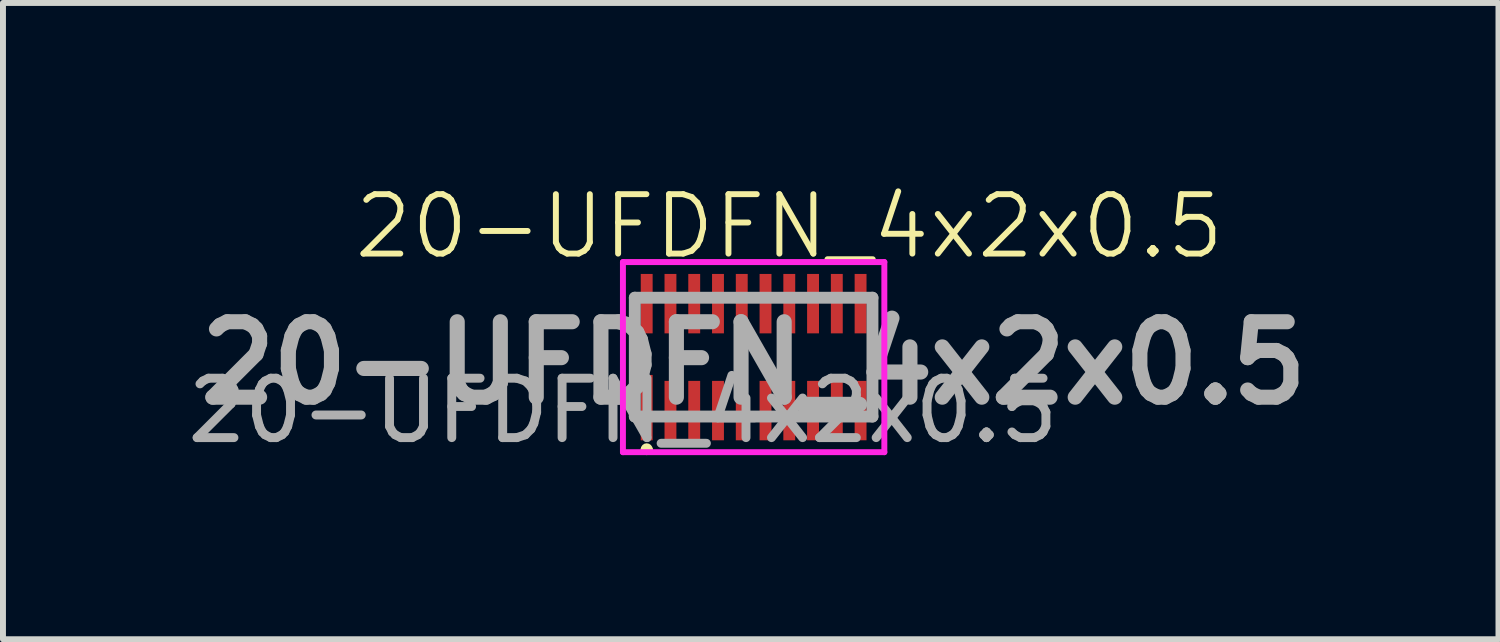
<source format=kicad_pcb>
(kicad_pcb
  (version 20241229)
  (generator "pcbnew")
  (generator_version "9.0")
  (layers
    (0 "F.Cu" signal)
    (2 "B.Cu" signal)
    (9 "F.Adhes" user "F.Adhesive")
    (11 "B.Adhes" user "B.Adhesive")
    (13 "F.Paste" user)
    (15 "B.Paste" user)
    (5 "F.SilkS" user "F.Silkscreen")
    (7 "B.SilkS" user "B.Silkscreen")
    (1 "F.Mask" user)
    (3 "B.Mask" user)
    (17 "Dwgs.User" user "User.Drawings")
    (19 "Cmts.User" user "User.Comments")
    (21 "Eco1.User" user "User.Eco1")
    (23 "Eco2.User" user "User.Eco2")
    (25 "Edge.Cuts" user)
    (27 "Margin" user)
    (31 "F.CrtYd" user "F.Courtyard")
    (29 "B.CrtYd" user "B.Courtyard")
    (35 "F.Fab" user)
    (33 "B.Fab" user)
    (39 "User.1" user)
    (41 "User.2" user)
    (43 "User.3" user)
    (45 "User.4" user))
  (footprint "20-UFDFN_4x2x0.5"
    (layer "F.Cu")
    (at 7.435 1.361)
    (property "Reference" "20-UFDFN_4x2x0.5" (at 2.8 -0.6 0) (unlocked yes) (layer "F.SilkS") (effects (font (size 1 1) (thickness 0.1))))
    (attr smd)
    (fp_line (start 0.2 1.3) (end 0.2 1.8) (stroke (width 0.1) (type solid)) (layer "F.SilkS"))
    (fp_line (start 0.35 3.15) (end 0.35 3.15) (stroke (width 0.1) (type solid)) (layer "F.SilkS"))
    (fp_line (start 0.45 3.15) (end 0.45 3.15) (stroke (width 0.1) (type solid)) (layer "F.SilkS"))
    (fp_line (start 4.2 1.3) (end 4.2 1.9) (stroke (width 0.1) (type solid)) (layer "F.SilkS"))
    (fp_arc (start 0.35 3.15) (mid 0.4 3.1) (end 0.45 3.15) (stroke (width 0.1) (type solid)) (layer "F.SilkS"))
    (fp_arc (start 0.45 3.15) (mid 0.4 3.2) (end 0.35 3.15) (stroke (width 0.1) (type solid)) (layer "F.SilkS"))
    (fp_line (start 0 0) (end 4.4 0) (stroke (width 0.1) (type solid)) (layer "F.CrtYd"))
    (fp_line (start 0 3.2) (end 0 0) (stroke (width 0.1) (type solid)) (layer "F.CrtYd"))
    (fp_line (start 4.4 0) (end 4.4 3.2) (stroke (width 0.1) (type solid)) (layer "F.CrtYd"))
    (fp_line (start 4.4 3.2) (end 0 3.2) (stroke (width 0.1) (type solid)) (layer "F.CrtYd"))
    (fp_line (start 0.2 0.6) (end 4.2 0.6) (stroke (width 0.2) (type solid)) (layer "F.Fab"))
    (fp_line (start 0.2 2.6) (end 0.2 0.6) (stroke (width 0.2) (type solid)) (layer "F.Fab"))
    (fp_line (start 4.2 0.6) (end 4.2 2.6) (stroke (width 0.2) (type solid)) (layer "F.Fab"))
    (fp_line (start 4.2 2.6) (end 0.2 2.6) (stroke (width 0.2) (type solid)) (layer "F.Fab"))
    (fp_text user "${REFERENCE}" (at 2.2 1.7 0) (layer "F.Fab") (effects (font (size 1.27 1.27) (thickness 0.254))))
    (fp_text user "${REFERENCE}" (at 0 2.5 0) (unlocked yes) (layer "F.Fab") (effects (font (size 1 1) (thickness 0.15))))
    (pad "1" smd rect (at 0.4 2.45) (size 0.2 1.1) (layers "F.Cu" "F.Mask" "F.Paste"))
    (pad "2" smd rect (at 0.8 2.5) (size 0.2 1) (layers "F.Cu" "F.Mask" "F.Paste"))
    (pad "3" smd rect (at 1.2 2.5) (size 0.2 1) (layers "F.Cu" "F.Mask" "F.Paste"))
    (pad "4" smd rect (at 1.6 2.5) (size 0.2 1) (layers "F.Cu" "F.Mask" "F.Paste"))
    (pad "5" smd rect (at 2 2.5) (size 0.2 1) (layers "F.Cu" "F.Mask" "F.Paste"))
    (pad "6" smd rect (at 2.4 2.5) (size 0.2 1) (layers "F.Cu" "F.Mask" "F.Paste"))
    (pad "7" smd rect (at 2.8 2.5) (size 0.2 1) (layers "F.Cu" "F.Mask" "F.Paste"))
    (pad "8" smd rect (at 3.2 2.5) (size 0.2 1) (layers "F.Cu" "F.Mask" "F.Paste"))
    (pad "9" smd rect (at 3.6 2.5) (size 0.2 1) (layers "F.Cu" "F.Mask" "F.Paste"))
    (pad "10" smd rect (at 4 2.5) (size 0.2 1) (layers "F.Cu" "F.Mask" "F.Paste"))
    (pad "11" smd rect (at 4 0.7) (size 0.2 1) (layers "F.Cu" "F.Mask" "F.Paste"))
    (pad "12" smd rect (at 3.6 0.7) (size 0.2 1) (layers "F.Cu" "F.Mask" "F.Paste"))
    (pad "13" smd rect (at 3.2 0.7) (size 0.2 1) (layers "F.Cu" "F.Mask" "F.Paste"))
    (pad "14" smd rect (at 2.8 0.7) (size 0.2 1) (layers "F.Cu" "F.Mask" "F.Paste"))
    (pad "15" smd rect (at 2.4 0.7) (size 0.2 1) (layers "F.Cu" "F.Mask" "F.Paste"))
    (pad "16" smd rect (at 2 0.7) (size 0.2 1) (layers "F.Cu" "F.Mask" "F.Paste"))
    (pad "17" smd rect (at 1.6 0.7) (size 0.2 1) (layers "F.Cu" "F.Mask" "F.Paste"))
    (pad "18" smd rect (at 1.2 0.7) (size 0.2 1) (layers "F.Cu" "F.Mask" "F.Paste"))
    (pad "19" smd rect (at 0.8 0.7) (size 0.2 1) (layers "F.Cu" "F.Mask" "F.Paste"))
    (pad "20" smd rect (at 0.4 0.7) (size 0.2 1) (layers "F.Cu" "F.Mask" "F.Paste")))
  (gr_rect
    (start -3 -3)
    (end 22.172 7.709)
    (stroke (width 0.1) (type default))
    (fill no)
    (layer "Edge.Cuts")))
</source>
